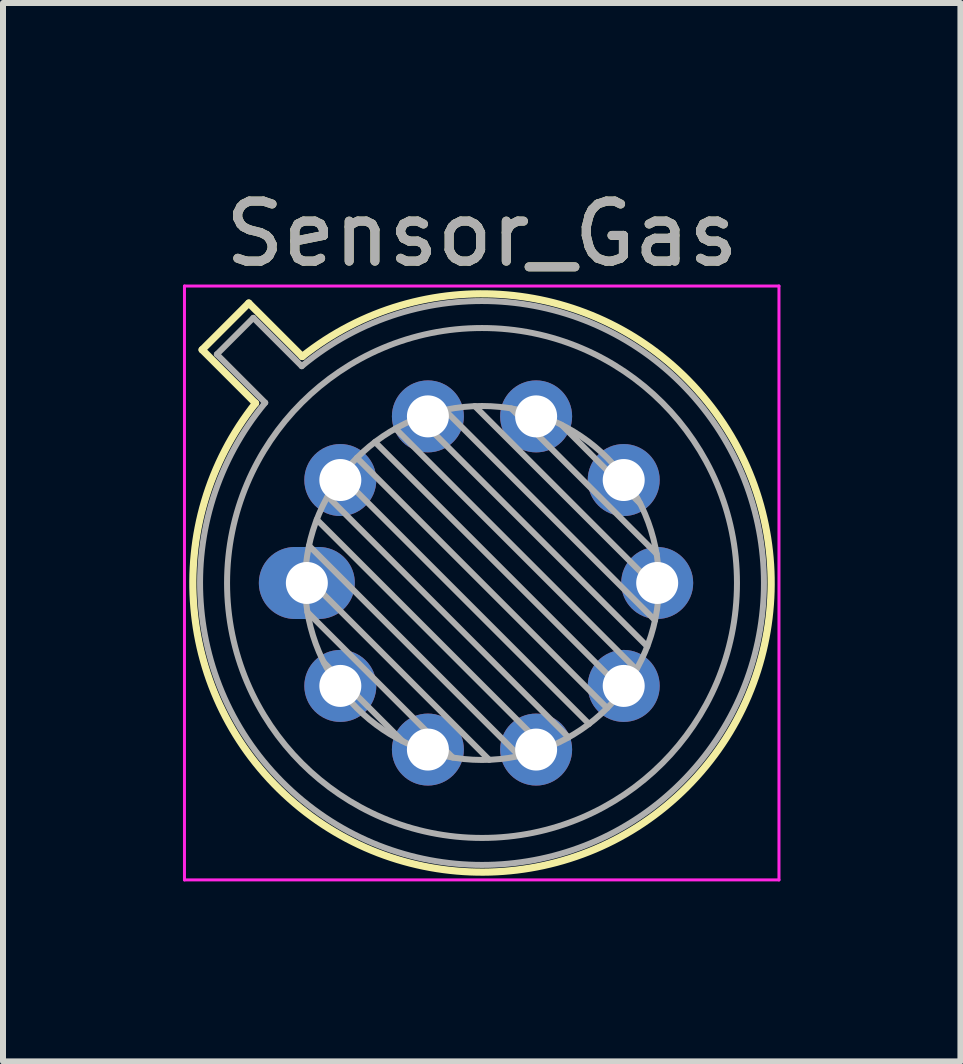
<source format=kicad_pcb>
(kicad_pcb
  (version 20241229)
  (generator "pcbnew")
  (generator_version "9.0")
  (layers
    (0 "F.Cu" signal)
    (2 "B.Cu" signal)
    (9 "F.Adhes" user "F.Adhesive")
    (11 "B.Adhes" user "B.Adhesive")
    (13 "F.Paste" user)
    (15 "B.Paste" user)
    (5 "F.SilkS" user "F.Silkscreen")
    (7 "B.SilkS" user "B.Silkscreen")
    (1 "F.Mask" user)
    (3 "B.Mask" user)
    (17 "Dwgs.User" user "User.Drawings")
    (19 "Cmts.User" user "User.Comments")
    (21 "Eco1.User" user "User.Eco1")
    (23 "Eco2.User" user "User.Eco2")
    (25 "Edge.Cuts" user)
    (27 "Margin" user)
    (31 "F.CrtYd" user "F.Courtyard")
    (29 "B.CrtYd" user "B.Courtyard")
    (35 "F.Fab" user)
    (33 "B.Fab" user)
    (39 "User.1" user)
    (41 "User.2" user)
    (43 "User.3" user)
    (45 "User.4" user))
  (footprint "Sensor_Gas"
    (layer "F.Cu")
    (at 2.065 6.668)
    (property "Reference" "Sensor_Gas" (at 2.92 -5.82 0) (layer "F.SilkS") (effects (font (size 1 1) (thickness 0.15))))
    (attr through_hole)
    (fp_line (start -1.746 -3.888) (end -0.855 -2.997) (stroke (width 0.12) (type solid)) (layer "F.SilkS"))
    (fp_line (start -0.968 -4.666) (end -1.746 -3.888) (stroke (width 0.12) (type solid)) (layer "F.SilkS"))
    (fp_line (start -0.077 -3.775) (end -0.968 -4.666) (stroke (width 0.12) (type solid)) (layer "F.SilkS"))
    (fp_arc (start -0.077084 -3.774902) (mid 6.328125 3.408384) (end -0.854674 -2.997371) (stroke (width 0.12) (type solid)) (layer "F.SilkS"))
    (fp_line (start -2.04 -4.95) (end -2.04 4.95) (stroke (width 0.05) (type solid)) (layer "F.CrtYd"))
    (fp_line (start -2.04 4.95) (end 7.87 4.95) (stroke (width 0.05) (type solid)) (layer "F.CrtYd"))
    (fp_line (start 7.87 -4.95) (end -2.04 -4.95) (stroke (width 0.05) (type solid)) (layer "F.CrtYd"))
    (fp_line (start 7.87 4.95) (end 7.87 -4.95) (stroke (width 0.05) (type solid)) (layer "F.CrtYd"))
    (fp_line (start -1.5 -3.812) (end -0.694 -3.005) (stroke (width 0.1) (type solid)) (layer "F.Fab"))
    (fp_line (start -0.892 -4.42) (end -1.5 -3.812) (stroke (width 0.1) (type solid)) (layer "F.Fab"))
    (fp_line (start -0.085 -3.614) (end -0.892 -4.42) (stroke (width 0.1) (type solid)) (layer "F.Fab"))
    (fp_line (start -0.028 -0.12) (end 3.04 2.948) (stroke (width 0.1) (type solid)) (layer "F.Fab"))
    (fp_line (start 0.009 0.485) (end 2.435 2.911) (stroke (width 0.1) (type solid)) (layer "F.Fab"))
    (fp_line (start 0.036 -0.622) (end 3.542 2.884) (stroke (width 0.1) (type solid)) (layer "F.Fab"))
    (fp_line (start 0.165 -1.058) (end 3.978 2.755) (stroke (width 0.1) (type solid)) (layer "F.Fab"))
    (fp_line (start 0.283 1.324) (end 1.596 2.637) (stroke (width 0.1) (type solid)) (layer "F.Fab"))
    (fp_line (start 0.346 -1.443) (end 4.363 2.574) (stroke (width 0.1) (type solid)) (layer "F.Fab"))
    (fp_line (start 0.57 -1.784) (end 4.704 2.35) (stroke (width 0.1) (type solid)) (layer "F.Fab"))
    (fp_line (start 0.834 -2.086) (end 5.006 2.086) (stroke (width 0.1) (type solid)) (layer "F.Fab"))
    (fp_line (start 1.136 -2.35) (end 5.27 1.784) (stroke (width 0.1) (type solid)) (layer "F.Fab"))
    (fp_line (start 1.477 -2.574) (end 5.494 1.443) (stroke (width 0.1) (type solid)) (layer "F.Fab"))
    (fp_line (start 1.862 -2.755) (end 5.675 1.058) (stroke (width 0.1) (type solid)) (layer "F.Fab"))
    (fp_line (start 2.298 -2.884) (end 5.804 0.622) (stroke (width 0.1) (type solid)) (layer "F.Fab"))
    (fp_line (start 2.8 -2.948) (end 5.868 0.12) (stroke (width 0.1) (type solid)) (layer "F.Fab"))
    (fp_line (start 3.405 -2.911) (end 5.831 -0.485) (stroke (width 0.1) (type solid)) (layer "F.Fab"))
    (fp_line (start 4.244 -2.637) (end 5.557 -1.324) (stroke (width 0.1) (type solid)) (layer "F.Fab"))
    (fp_arc (start -0.085408 -3.61352) (mid 6.243443 3.323361) (end -0.693594 -3.005319) (stroke (width 0.1) (type solid)) (layer "F.Fab"))
    (fp_circle (center 2.92 0) (end 5.87 0) (stroke (width 0.1) (type solid)) (fill no) (layer "F.Fab"))
    (fp_circle (center 2.92 0) (end 7.17 0) (stroke (width 0.1) (type solid)) (fill no) (layer "F.Fab"))
    (fp_text user "${REFERENCE}" (at 2.92 -5.82 0) (layer "F.Fab") (effects (font (size 1 1) (thickness 0.15))))
    (pad "1" thru_hole oval (at 0 0) (size 1.6 1.2) (drill 0.7) (layers "*.Cu" "*.Mask"))
    (pad "2" thru_hole oval (at 0.558 1.716) (size 1.2 1.2) (drill 0.7) (layers "*.Cu" "*.Mask"))
    (pad "3" thru_hole oval (at 2.018 2.777) (size 1.2 1.2) (drill 0.7) (layers "*.Cu" "*.Mask"))
    (pad "4" thru_hole oval (at 3.822 2.777) (size 1.2 1.2) (drill 0.7) (layers "*.Cu" "*.Mask"))
    (pad "5" thru_hole oval (at 5.282 1.716) (size 1.2 1.2) (drill 0.7) (layers "*.Cu" "*.Mask"))
    (pad "6" thru_hole oval (at 5.84 0) (size 1.2 1.2) (drill 0.7) (layers "*.Cu" "*.Mask"))
    (pad "7" thru_hole oval (at 5.282 -1.716) (size 1.2 1.2) (drill 0.7) (layers "*.Cu" "*.Mask"))
    (pad "8" thru_hole oval (at 3.822 -2.777) (size 1.2 1.2) (drill 0.7) (layers "*.Cu" "*.Mask"))
    (pad "9" thru_hole oval (at 2.018 -2.777) (size 1.2 1.2) (drill 0.7) (layers "*.Cu" "*.Mask"))
    (pad "10" thru_hole oval (at 0.558 -1.716) (size 1.2 1.2) (drill 0.7) (layers "*.Cu" "*.Mask")))
  (gr_rect
    (start -3 -3)
    (end 12.96 14.643)
    (stroke (width 0.1) (type default))
    (fill no)
    (layer "Edge.Cuts")))
</source>
